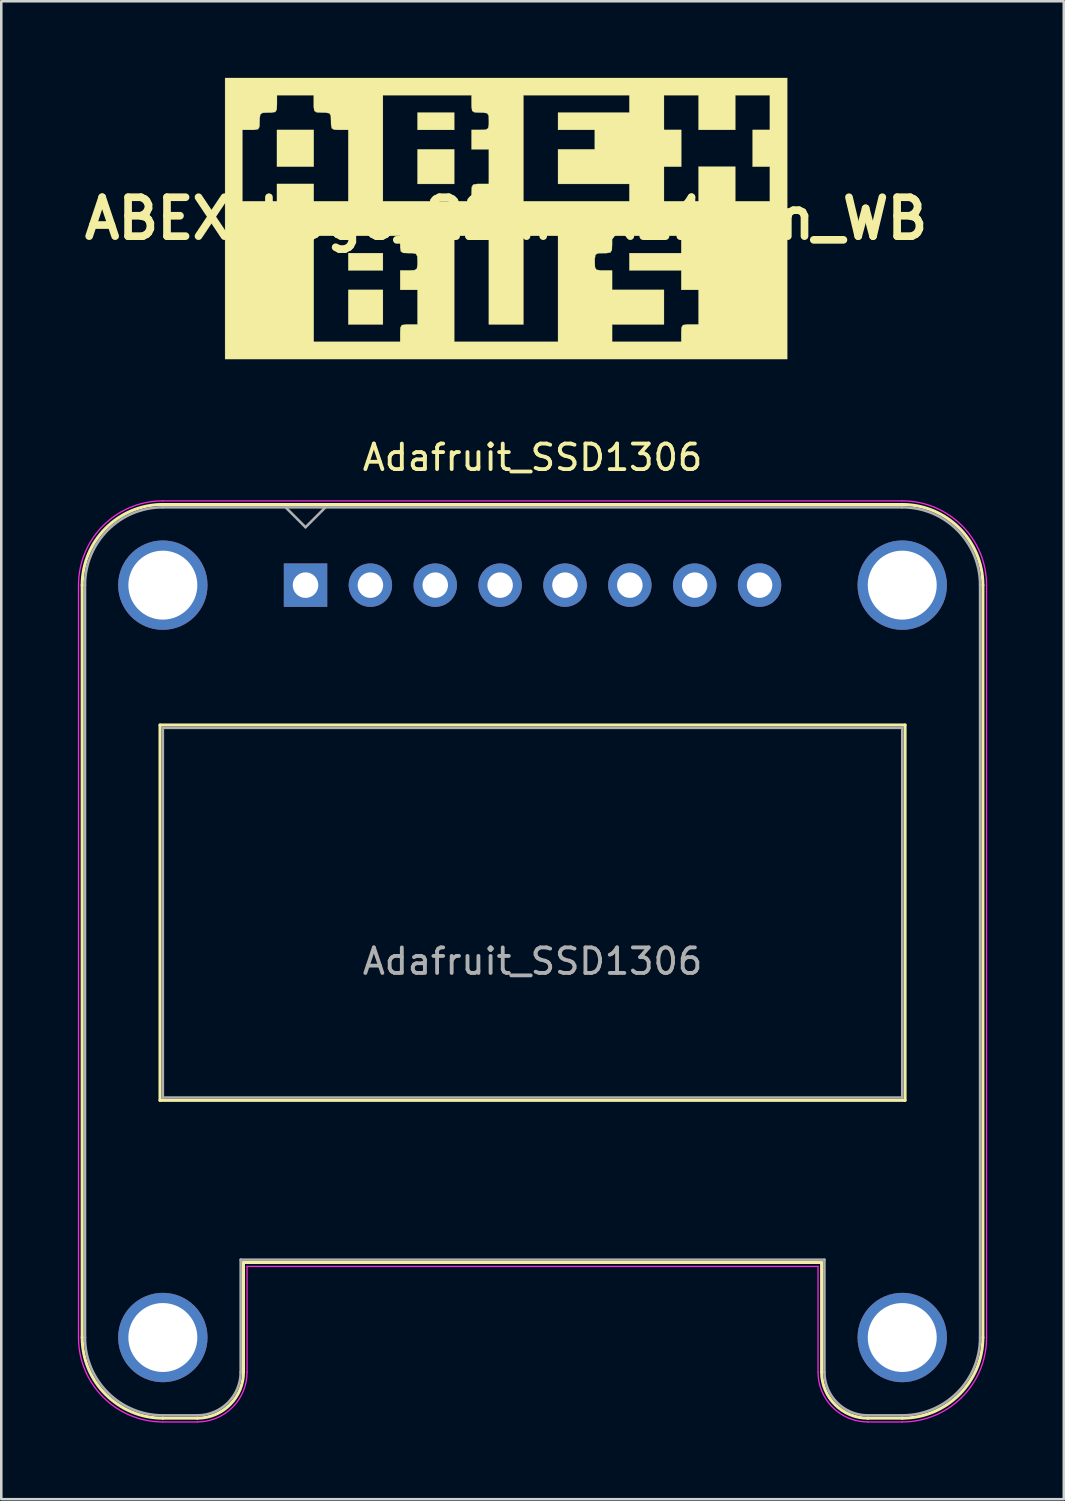
<source format=kicad_pcb>
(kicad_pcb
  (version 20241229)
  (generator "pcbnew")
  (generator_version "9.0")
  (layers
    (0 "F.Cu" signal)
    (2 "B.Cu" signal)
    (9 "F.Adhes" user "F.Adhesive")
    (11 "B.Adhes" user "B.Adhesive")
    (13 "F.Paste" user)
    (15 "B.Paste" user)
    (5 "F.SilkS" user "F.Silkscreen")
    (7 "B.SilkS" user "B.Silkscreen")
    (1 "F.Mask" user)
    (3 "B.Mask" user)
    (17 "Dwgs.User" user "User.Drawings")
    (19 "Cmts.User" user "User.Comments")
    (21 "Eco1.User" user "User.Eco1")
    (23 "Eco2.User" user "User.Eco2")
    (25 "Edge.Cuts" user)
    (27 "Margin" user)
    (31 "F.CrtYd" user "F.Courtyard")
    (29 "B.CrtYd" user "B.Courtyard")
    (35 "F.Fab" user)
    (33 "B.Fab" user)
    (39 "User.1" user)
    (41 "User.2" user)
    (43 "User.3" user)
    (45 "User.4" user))
  (footprint "Adafruit_SSD1306"
    (layer "F.Cu")
    (at 8.915 19.865)
    (property "Reference" "Adafruit_SSD1306" (at 8.89 -5 0) (layer "F.SilkS") (effects (font (size 1 1) (thickness 0.15))))
    (attr through_hole)
    (fp_line (start -8.746 0) (end -8.746 29.464) (stroke (width 0.12) (type solid)) (layer "F.SilkS"))
    (fp_line (start -5.698 5.478) (end -5.698 20.176) (stroke (width 0.12) (type solid)) (layer "F.SilkS"))
    (fp_line (start -5.698 5.478) (end 23.478 5.478) (stroke (width 0.12) (type solid)) (layer "F.SilkS"))
    (fp_line (start -5.698 20.176) (end 23.478 20.176) (stroke (width 0.12) (type solid)) (layer "F.SilkS"))
    (fp_line (start -4.238 32.622) (end -5.59 32.622) (stroke (width 0.12) (type solid)) (layer "F.SilkS"))
    (fp_line (start -2.43 26.526) (end -2.43 30.814) (stroke (width 0.12) (type solid)) (layer "F.SilkS"))
    (fp_line (start -2.43 26.526) (end 20.21 26.526) (stroke (width 0.12) (type solid)) (layer "F.SilkS"))
    (fp_line (start 20.21 26.526) (end 20.21 30.814) (stroke (width 0.12) (type solid)) (layer "F.SilkS"))
    (fp_line (start 22.018 32.622) (end 23.37 32.622) (stroke (width 0.12) (type solid)) (layer "F.SilkS"))
    (fp_line (start 23.368 -3.158) (end -5.588 -3.158) (stroke (width 0.12) (type solid)) (layer "F.SilkS"))
    (fp_line (start 23.478 5.478) (end 23.478 20.176) (stroke (width 0.12) (type solid)) (layer "F.SilkS"))
    (fp_line (start 26.526 0) (end 26.526 29.464) (stroke (width 0.12) (type solid)) (layer "F.SilkS"))
    (fp_arc (start -8.746 0) (mid -7.821043 -2.233043) (end -5.588 -3.158) (stroke (width 0.12) (type solid)) (layer "F.SilkS"))
    (fp_arc (start -5.588 32.622) (mid -7.821043 31.697043) (end -8.746 29.464) (stroke (width 0.12) (type solid)) (layer "F.SilkS"))
    (fp_arc (start -2.43 30.812) (mid -2.958137 32.091035) (end -4.236 32.622) (stroke (width 0.12) (type solid)) (layer "F.SilkS"))
    (fp_arc (start 22.016 32.622) (mid 20.738137 32.091035) (end 20.21 30.812) (stroke (width 0.12) (type solid)) (layer "F.SilkS"))
    (fp_arc (start 23.368 -3.158) (mid 25.601043 -2.233043) (end 26.526 0) (stroke (width 0.12) (type solid)) (layer "F.SilkS"))
    (fp_arc (start 26.526 29.464) (mid 25.601043 31.697043) (end 23.368 32.622) (stroke (width 0.12) (type solid)) (layer "F.SilkS"))
    (fp_line (start -8.89 0) (end -8.89 29.47) (stroke (width 0.05) (type solid)) (layer "F.CrtYd"))
    (fp_line (start -4.24 32.77) (end -5.59 32.77) (stroke (width 0.05) (type solid)) (layer "F.CrtYd"))
    (fp_line (start -2.29 26.68) (end -2.29 30.82) (stroke (width 0.05) (type solid)) (layer "F.CrtYd"))
    (fp_line (start -2.29 26.68) (end 20.07 26.68) (stroke (width 0.05) (type solid)) (layer "F.CrtYd"))
    (fp_line (start 20.07 26.68) (end 20.07 30.82) (stroke (width 0.05) (type solid)) (layer "F.CrtYd"))
    (fp_line (start 22.02 32.77) (end 23.37 32.77) (stroke (width 0.05) (type solid)) (layer "F.CrtYd"))
    (fp_line (start 23.37 -3.3) (end -5.59 -3.3) (stroke (width 0.05) (type solid)) (layer "F.CrtYd"))
    (fp_line (start 26.67 0) (end 26.67 29.47) (stroke (width 0.05) (type solid)) (layer "F.CrtYd"))
    (fp_arc (start -8.89 0) (mid -7.923452 -2.333452) (end -5.59 -3.3) (stroke (width 0.05) (type solid)) (layer "F.CrtYd"))
    (fp_arc (start -5.59 32.77) (mid -7.923452 31.803452) (end -8.89 29.47) (stroke (width 0.05) (type solid)) (layer "F.CrtYd"))
    (fp_arc (start -2.29 30.82) (mid -2.861142 32.198858) (end -4.24 32.77) (stroke (width 0.05) (type solid)) (layer "F.CrtYd"))
    (fp_arc (start 22.02 32.77) (mid 20.641142 32.198858) (end 20.07 30.82) (stroke (width 0.05) (type solid)) (layer "F.CrtYd"))
    (fp_arc (start 23.37 -3.3) (mid 25.703452 -2.333452) (end 26.67 0) (stroke (width 0.05) (type solid)) (layer "F.CrtYd"))
    (fp_arc (start 26.67 29.47) (mid 25.703452 31.803452) (end 23.37 32.77) (stroke (width 0.05) (type solid)) (layer "F.CrtYd"))
    (fp_line (start -8.636 0) (end -8.636 29.464) (stroke (width 0.1) (type solid)) (layer "F.Fab"))
    (fp_line (start -5.588 5.588) (end -5.588 20.066) (stroke (width 0.1) (type solid)) (layer "F.Fab"))
    (fp_line (start -5.588 5.588) (end 23.368 5.588) (stroke (width 0.1) (type solid)) (layer "F.Fab"))
    (fp_line (start -5.588 20.066) (end 23.368 20.066) (stroke (width 0.1) (type solid)) (layer "F.Fab"))
    (fp_line (start -4.238 32.512) (end -5.59 32.512) (stroke (width 0.1) (type solid)) (layer "F.Fab"))
    (fp_line (start -2.54 26.416) (end -2.54 30.814) (stroke (width 0.1) (type solid)) (layer "F.Fab"))
    (fp_line (start -2.54 26.416) (end 20.32 26.416) (stroke (width 0.1) (type solid)) (layer "F.Fab"))
    (fp_line (start -0.78 -3.048) (end 0 -2.268) (stroke (width 0.1) (type solid)) (layer "F.Fab"))
    (fp_line (start 0 -2.268) (end 0.78 -3.048) (stroke (width 0.1) (type solid)) (layer "F.Fab"))
    (fp_line (start 20.32 26.416) (end 20.32 30.814) (stroke (width 0.1) (type solid)) (layer "F.Fab"))
    (fp_line (start 22.018 32.512) (end 23.37 32.512) (stroke (width 0.1) (type solid)) (layer "F.Fab"))
    (fp_line (start 23.368 -3.048) (end -5.588 -3.048) (stroke (width 0.1) (type solid)) (layer "F.Fab"))
    (fp_line (start 23.368 5.588) (end 23.368 20.066) (stroke (width 0.1) (type solid)) (layer "F.Fab"))
    (fp_line (start 26.416 0) (end 26.416 29.464) (stroke (width 0.1) (type solid)) (layer "F.Fab"))
    (fp_arc (start -8.636 0.002) (mid -7.744676 -2.153847) (end -5.59 -3.048) (stroke (width 0.1) (type solid)) (layer "F.Fab"))
    (fp_arc (start -5.59 32.512) (mid -7.744676 31.617847) (end -8.636 29.462) (stroke (width 0.1) (type solid)) (layer "F.Fab"))
    (fp_arc (start -2.54 30.812) (mid -3.035918 32.013253) (end -4.236 32.512) (stroke (width 0.1) (type solid)) (layer "F.Fab"))
    (fp_arc (start 22.016 32.512) (mid 20.815918 32.013253) (end 20.32 30.812) (stroke (width 0.1) (type solid)) (layer "F.Fab"))
    (fp_arc (start 23.368 -3.048) (mid 25.523261 -2.155261) (end 26.416 0) (stroke (width 0.1) (type solid)) (layer "F.Fab"))
    (fp_arc (start 26.416 29.464) (mid 25.523261 31.619261) (end 23.368 32.512) (stroke (width 0.1) (type solid)) (layer "F.Fab"))
    (fp_text user "${REFERENCE}" (at 8.89 14.732 0) (layer "F.Fab") (effects (font (size 1 1) (thickness 0.15))))
    (pad "1" thru_hole rect (at 0 0) (size 1.7 1.7) (drill 1) (layers "*.Cu" "*.Mask"))
    (pad "2" thru_hole circle (at 2.54 0) (size 1.7 1.7) (drill 1) (layers "*.Cu" "*.Mask"))
    (pad "3" thru_hole circle (at 5.08 0) (size 1.7 1.7) (drill 1) (layers "*.Cu" "*.Mask"))
    (pad "4" thru_hole circle (at 7.62 0) (size 1.7 1.7) (drill 1) (layers "*.Cu" "*.Mask"))
    (pad "5" thru_hole circle (at 10.16 0) (size 1.7 1.7) (drill 1) (layers "*.Cu" "*.Mask"))
    (pad "6" thru_hole circle (at 12.7 0) (size 1.7 1.7) (drill 1) (layers "*.Cu" "*.Mask"))
    (pad "7" thru_hole circle (at 15.24 0) (size 1.7 1.7) (drill 1) (layers "*.Cu" "*.Mask"))
    (pad "8" thru_hole circle (at 17.78 0) (size 1.7 1.7) (drill 1) (layers "*.Cu" "*.Mask"))
    (pad "9" thru_hole circle (at -5.588 0) (size 3.5 3.5) (drill 2.7) (layers "*.Cu" "*.Mask"))
    (pad "9" thru_hole circle (at -5.588 29.464) (size 3.5 3.5) (drill 2.7) (layers "*.Cu" "*.Mask"))
    (pad "9" thru_hole circle (at 23.368 0) (size 3.5 3.5) (drill 2.7) (layers "*.Cu" "*.Mask"))
    (pad "9" thru_hole circle (at 23.368 29.464) (size 3.5 3.5) (drill 2.7) (layers "*.Cu" "*.Mask")))
  (footprint "ABEX_Logo_22mmx11mm_WB"
    (layer "F.Cu")
    (at 16.771 5.508)
    (property "Reference" "ABEX_Logo_22mmx11mm_WB" (at 0 0 0) (layer "F.SilkS") (effects (font (size 1.524 1.524) (thickness 0.3))))
    (attr through_hole)
    (fp_poly (pts (xy -7.535 -2.032) (xy -8.975 -2.032) (xy -8.975 -3.471) (xy -7.535 -3.471) (xy -7.535 -2.032)) (stroke (width 0.01) (type solid)) (fill yes) (layer "F.SilkS"))
    (fp_poly (pts (xy -4.826 2.032) (xy -6.181 2.032) (xy -6.181 1.355) (xy -4.826 1.355) (xy -4.826 2.032)) (stroke (width 0.01) (type solid)) (fill yes) (layer "F.SilkS"))
    (fp_poly (pts (xy -4.826 4.149) (xy -6.181 4.149) (xy -6.181 2.794) (xy -4.826 2.794) (xy -4.826 4.149)) (stroke (width 0.01) (type solid)) (fill yes) (layer "F.SilkS"))
    (fp_poly (pts (xy -2.032 -3.471) (xy -3.471 -3.471) (xy -3.471 -4.149) (xy -2.032 -4.149) (xy -2.032 -3.471)) (stroke (width 0.01) (type solid)) (fill yes) (layer "F.SilkS"))
    (fp_poly (pts (xy -2.032 -1.355) (xy -3.471 -1.355) (xy -3.471 -2.709) (xy -2.032 -2.709) (xy -2.032 -1.355)) (stroke (width 0.01) (type solid)) (fill yes) (layer "F.SilkS"))
    (fp_poly (pts (xy 11.007 5.503) (xy -11.007 5.503) (xy -11.007 0.677) (xy -7.535 0.677) (xy -7.535 4.826) (xy -4.149 4.826) (xy -4.149 4.487) (xy -4.141 4.271) (xy -4.083 4.174) (xy -3.929 4.149) (xy -3.81 4.149) (xy -3.471 4.149) (xy -3.471 2.794) (xy -4.149 2.794) (xy -4.149 2.032) (xy -3.81 2.032) (xy -3.593 2.024) (xy -3.497 1.967) (xy -3.472 1.812) (xy -3.471 1.693) (xy -3.479 1.477) (xy -3.537 1.38) (xy -3.691 1.355) (xy -3.81 1.355) (xy -4.027 1.347) (xy -4.123 1.289) (xy -4.148 1.135) (xy -4.149 1.016) (xy -4.149 0.677) (xy -2.032 0.677) (xy -2.032 4.826) (xy 2.032 4.826) (xy 2.032 1.693) (xy 3.471 1.693) (xy 3.479 1.91) (xy 3.537 2.006) (xy 3.691 2.031) (xy 3.81 2.032) (xy 4.149 2.032) (xy 4.149 2.794) (xy 6.181 2.794) (xy 6.181 4.149) (xy 4.149 4.149) (xy 4.149 4.826) (xy 6.858 4.826) (xy 6.858 4.487) (xy 6.866 4.271) (xy 6.923 4.174) (xy 7.078 4.149) (xy 7.197 4.149) (xy 7.535 4.149) (xy 7.535 2.794) (xy 6.858 2.794) (xy 6.858 2.032) (xy 4.826 2.032) (xy 4.826 1.355) (xy 6.858 1.355) (xy 6.858 0.677) (xy 4.149 0.677) (xy 4.149 1.016) (xy 4.141 1.233) (xy 4.083 1.329) (xy 3.929 1.354) (xy 3.81 1.355) (xy 3.593 1.363) (xy 3.497 1.42) (xy 3.472 1.575) (xy 3.471 1.693) (xy 2.032 1.693) (xy 2.032 0.677) (xy 0.677 0.677) (xy 0.677 4.149) (xy -0.677 4.149) (xy -0.677 0.677) (xy -2.032 0.677) (xy -4.149 0.677) (xy -7.535 0.677) (xy -11.007 0.677) (xy -11.007 -3.471) (xy -10.329 -3.471) (xy -10.329 -0.677) (xy -8.975 -0.677) (xy -8.975 -1.355) (xy -7.535 -1.355) (xy -7.535 -0.677) (xy -6.181 -0.677) (xy -6.181 -3.471) (xy -6.519 -3.471) (xy -6.736 -3.479) (xy -6.832 -3.537) (xy -6.857 -3.691) (xy -6.858 -3.81) (xy -6.866 -4.027) (xy -6.923 -4.123) (xy -7.078 -4.148) (xy -7.197 -4.149) (xy -7.413 -4.157) (xy -7.51 -4.214) (xy -7.535 -4.369) (xy -7.535 -4.487) (xy -7.535 -4.826) (xy -4.826 -4.826) (xy -4.826 -0.677) (xy -1.355 -0.677) (xy -1.355 -1.016) (xy -1.347 -1.233) (xy -1.289 -1.329) (xy -1.135 -1.354) (xy -1.016 -1.355) (xy -0.677 -1.355) (xy -0.677 -2.709) (xy -1.355 -2.709) (xy -1.355 -3.471) (xy -1.016 -3.471) (xy -0.799 -3.479) (xy -0.703 -3.537) (xy -0.678 -3.691) (xy -0.677 -3.81) (xy -0.685 -4.027) (xy -0.743 -4.123) (xy -0.897 -4.148) (xy -1.016 -4.149) (xy -1.233 -4.157) (xy -1.329 -4.214) (xy -1.354 -4.369) (xy -1.355 -4.487) (xy -1.355 -4.826) (xy 0.677 -4.826) (xy 0.677 -0.677) (xy 4.826 -0.677) (xy 4.826 -1.355) (xy 2.032 -1.355) (xy 2.032 -2.709) (xy 3.471 -2.709) (xy 3.471 -3.471) (xy 2.032 -3.471) (xy 2.032 -4.149) (xy 4.826 -4.149) (xy 4.826 -4.826) (xy 6.181 -4.826) (xy 6.181 -3.471) (xy 6.858 -3.471) (xy 6.858 -2.032) (xy 6.181 -2.032) (xy 6.181 -0.677) (xy 7.535 -0.677) (xy 7.535 -2.032) (xy 8.975 -2.032) (xy 8.975 -0.677) (xy 10.329 -0.677) (xy 10.329 -2.032) (xy 9.652 -2.032) (xy 9.652 -3.471) (xy 10.329 -3.471) (xy 10.329 -4.826) (xy 8.975 -4.826) (xy 8.975 -3.471) (xy 7.535 -3.471) (xy 7.535 -4.826) (xy 6.181 -4.826) (xy 4.826 -4.826) (xy 0.677 -4.826) (xy -1.355 -4.826) (xy -4.826 -4.826) (xy -7.535 -4.826) (xy -8.975 -4.826) (xy -8.975 -4.487) (xy -8.983 -4.271) (xy -9.04 -4.174) (xy -9.195 -4.149) (xy -9.313 -4.149) (xy -9.53 -4.141) (xy -9.626 -4.083) (xy -9.651 -3.929) (xy -9.652 -3.81) (xy -9.66 -3.593) (xy -9.717 -3.497) (xy -9.872 -3.472) (xy -9.991 -3.471) (xy -10.329 -3.471) (xy -11.007 -3.471) (xy -11.007 -5.503) (xy 11.007 -5.503) (xy 11.007 5.503)) (stroke (width 0.01) (type solid)) (fill yes) (layer "F.SilkS")))
  (gr_rect
    (start -3 -3)
    (end 38.61 55.66)
    (stroke (width 0.1) (type default))
    (fill no)
    (layer "Edge.Cuts")))
</source>
